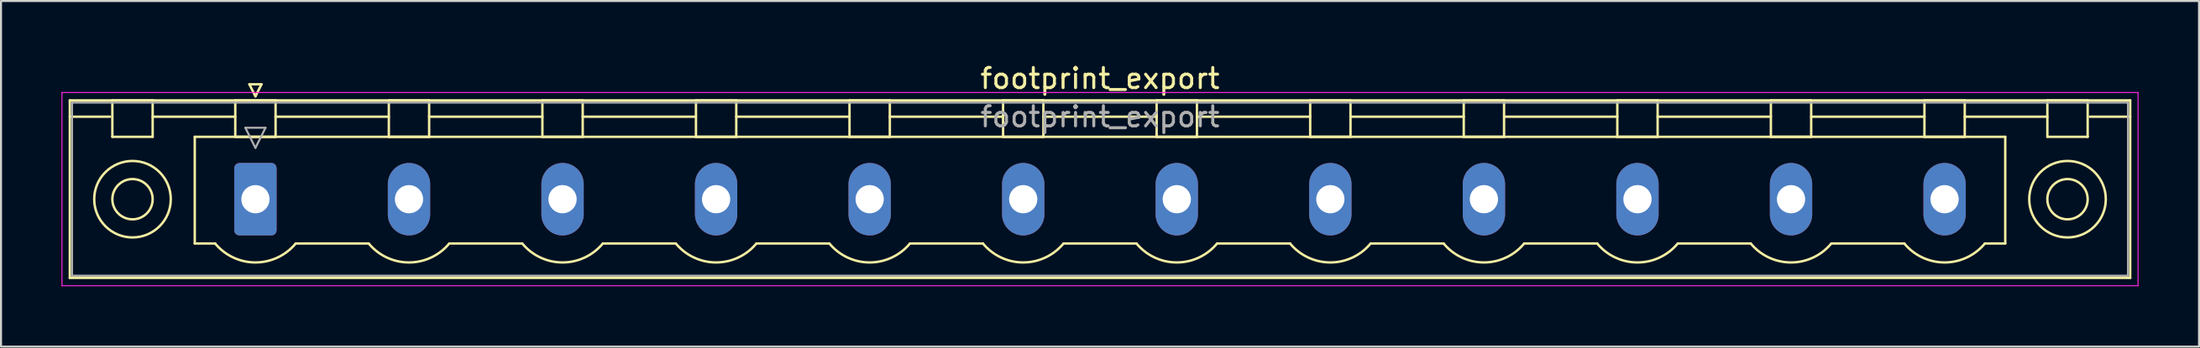
<source format=kicad_pcb>
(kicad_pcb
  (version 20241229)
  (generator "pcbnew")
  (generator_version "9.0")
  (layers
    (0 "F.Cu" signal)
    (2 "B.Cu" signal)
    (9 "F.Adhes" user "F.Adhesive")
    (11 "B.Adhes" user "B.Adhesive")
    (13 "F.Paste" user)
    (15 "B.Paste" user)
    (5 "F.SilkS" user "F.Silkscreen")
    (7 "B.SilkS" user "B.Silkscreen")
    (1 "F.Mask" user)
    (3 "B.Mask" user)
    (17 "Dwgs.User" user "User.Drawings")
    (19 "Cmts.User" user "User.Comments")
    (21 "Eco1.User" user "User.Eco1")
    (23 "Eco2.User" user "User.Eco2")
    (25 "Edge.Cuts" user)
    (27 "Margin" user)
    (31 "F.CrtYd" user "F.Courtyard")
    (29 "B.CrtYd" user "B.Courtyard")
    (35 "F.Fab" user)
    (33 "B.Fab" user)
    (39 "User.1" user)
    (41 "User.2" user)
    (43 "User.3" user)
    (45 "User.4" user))
  (footprint "footprint_export"
    (layer "F.Cu")
    (at 9.625 6.848)
    (property "Reference" "footprint_export" (at 41.91 -6 0) (layer "F.SilkS") (effects (font (size 1 1) (thickness 0.15))))
    (attr through_hole)
    (fp_line (start -9.21 -4.91) (end -9.21 3.91) (stroke (width 0.12) (type solid)) (layer "F.SilkS"))
    (fp_line (start -9.21 -4.1) (end -7.21 -4.1) (stroke (width 0.12) (type solid)) (layer "F.SilkS"))
    (fp_line (start -9.21 3.91) (end 93.03 3.91) (stroke (width 0.12) (type solid)) (layer "F.SilkS"))
    (fp_line (start -7.1 -4.91) (end -5.1 -4.91) (stroke (width 0.12) (type solid)) (layer "F.SilkS"))
    (fp_line (start -7.1 -3.1) (end -7.1 -4.91) (stroke (width 0.12) (type solid)) (layer "F.SilkS"))
    (fp_line (start -5.1 -4.91) (end -5.1 -3.1) (stroke (width 0.12) (type solid)) (layer "F.SilkS"))
    (fp_line (start -5.1 -4.1) (end -1 -4.1) (stroke (width 0.12) (type solid)) (layer "F.SilkS"))
    (fp_line (start -5.1 -3.1) (end -7.1 -3.1) (stroke (width 0.12) (type solid)) (layer "F.SilkS"))
    (fp_line (start -3.01 -3.1) (end 86.83 -3.1) (stroke (width 0.12) (type solid)) (layer "F.SilkS"))
    (fp_line (start -3.01 2.2) (end -3.01 -3.1) (stroke (width 0.12) (type solid)) (layer "F.SilkS"))
    (fp_line (start -2 2.2) (end -3.01 2.2) (stroke (width 0.12) (type solid)) (layer "F.SilkS"))
    (fp_line (start -1 -4.91) (end 1 -4.91) (stroke (width 0.12) (type solid)) (layer "F.SilkS"))
    (fp_line (start -1 -3.1) (end -1 -4.91) (stroke (width 0.12) (type solid)) (layer "F.SilkS"))
    (fp_line (start -0.3 -5.71) (end 0.3 -5.71) (stroke (width 0.12) (type solid)) (layer "F.SilkS"))
    (fp_line (start 0 -5.11) (end -0.3 -5.71) (stroke (width 0.12) (type solid)) (layer "F.SilkS"))
    (fp_line (start 0.3 -5.71) (end 0 -5.11) (stroke (width 0.12) (type solid)) (layer "F.SilkS"))
    (fp_line (start 1 -4.91) (end 1 -3.1) (stroke (width 0.12) (type solid)) (layer "F.SilkS"))
    (fp_line (start 1 -4.1) (end 6.62 -4.1) (stroke (width 0.12) (type solid)) (layer "F.SilkS"))
    (fp_line (start 1 -3.1) (end -1 -3.1) (stroke (width 0.12) (type solid)) (layer "F.SilkS"))
    (fp_line (start 2 2.2) (end 5.62 2.2) (stroke (width 0.12) (type solid)) (layer "F.SilkS"))
    (fp_line (start 6.62 -4.91) (end 8.62 -4.91) (stroke (width 0.12) (type solid)) (layer "F.SilkS"))
    (fp_line (start 6.62 -3.1) (end 6.62 -4.91) (stroke (width 0.12) (type solid)) (layer "F.SilkS"))
    (fp_line (start 8.62 -4.91) (end 8.62 -3.1) (stroke (width 0.12) (type solid)) (layer "F.SilkS"))
    (fp_line (start 8.62 -4.1) (end 14.24 -4.1) (stroke (width 0.12) (type solid)) (layer "F.SilkS"))
    (fp_line (start 8.62 -3.1) (end 6.62 -3.1) (stroke (width 0.12) (type solid)) (layer "F.SilkS"))
    (fp_line (start 9.62 2.2) (end 13.24 2.2) (stroke (width 0.12) (type solid)) (layer "F.SilkS"))
    (fp_line (start 14.24 -4.91) (end 16.24 -4.91) (stroke (width 0.12) (type solid)) (layer "F.SilkS"))
    (fp_line (start 14.24 -3.1) (end 14.24 -4.91) (stroke (width 0.12) (type solid)) (layer "F.SilkS"))
    (fp_line (start 16.24 -4.91) (end 16.24 -3.1) (stroke (width 0.12) (type solid)) (layer "F.SilkS"))
    (fp_line (start 16.24 -4.1) (end 21.86 -4.1) (stroke (width 0.12) (type solid)) (layer "F.SilkS"))
    (fp_line (start 16.24 -3.1) (end 14.24 -3.1) (stroke (width 0.12) (type solid)) (layer "F.SilkS"))
    (fp_line (start 17.24 2.2) (end 20.86 2.2) (stroke (width 0.12) (type solid)) (layer "F.SilkS"))
    (fp_line (start 21.86 -4.91) (end 23.86 -4.91) (stroke (width 0.12) (type solid)) (layer "F.SilkS"))
    (fp_line (start 21.86 -3.1) (end 21.86 -4.91) (stroke (width 0.12) (type solid)) (layer "F.SilkS"))
    (fp_line (start 23.86 -4.91) (end 23.86 -3.1) (stroke (width 0.12) (type solid)) (layer "F.SilkS"))
    (fp_line (start 23.86 -4.1) (end 29.48 -4.1) (stroke (width 0.12) (type solid)) (layer "F.SilkS"))
    (fp_line (start 23.86 -3.1) (end 21.86 -3.1) (stroke (width 0.12) (type solid)) (layer "F.SilkS"))
    (fp_line (start 24.86 2.2) (end 28.48 2.2) (stroke (width 0.12) (type solid)) (layer "F.SilkS"))
    (fp_line (start 29.48 -4.91) (end 31.48 -4.91) (stroke (width 0.12) (type solid)) (layer "F.SilkS"))
    (fp_line (start 29.48 -3.1) (end 29.48 -4.91) (stroke (width 0.12) (type solid)) (layer "F.SilkS"))
    (fp_line (start 31.48 -4.91) (end 31.48 -3.1) (stroke (width 0.12) (type solid)) (layer "F.SilkS"))
    (fp_line (start 31.48 -4.1) (end 37.1 -4.1) (stroke (width 0.12) (type solid)) (layer "F.SilkS"))
    (fp_line (start 31.48 -3.1) (end 29.48 -3.1) (stroke (width 0.12) (type solid)) (layer "F.SilkS"))
    (fp_line (start 32.48 2.2) (end 36.1 2.2) (stroke (width 0.12) (type solid)) (layer "F.SilkS"))
    (fp_line (start 37.1 -4.91) (end 39.1 -4.91) (stroke (width 0.12) (type solid)) (layer "F.SilkS"))
    (fp_line (start 37.1 -3.1) (end 37.1 -4.91) (stroke (width 0.12) (type solid)) (layer "F.SilkS"))
    (fp_line (start 39.1 -4.91) (end 39.1 -3.1) (stroke (width 0.12) (type solid)) (layer "F.SilkS"))
    (fp_line (start 39.1 -4.1) (end 44.72 -4.1) (stroke (width 0.12) (type solid)) (layer "F.SilkS"))
    (fp_line (start 39.1 -3.1) (end 37.1 -3.1) (stroke (width 0.12) (type solid)) (layer "F.SilkS"))
    (fp_line (start 40.1 2.2) (end 43.72 2.2) (stroke (width 0.12) (type solid)) (layer "F.SilkS"))
    (fp_line (start 44.72 -4.91) (end 46.72 -4.91) (stroke (width 0.12) (type solid)) (layer "F.SilkS"))
    (fp_line (start 44.72 -3.1) (end 44.72 -4.91) (stroke (width 0.12) (type solid)) (layer "F.SilkS"))
    (fp_line (start 46.72 -4.91) (end 46.72 -3.1) (stroke (width 0.12) (type solid)) (layer "F.SilkS"))
    (fp_line (start 46.72 -4.1) (end 52.34 -4.1) (stroke (width 0.12) (type solid)) (layer "F.SilkS"))
    (fp_line (start 46.72 -3.1) (end 44.72 -3.1) (stroke (width 0.12) (type solid)) (layer "F.SilkS"))
    (fp_line (start 47.72 2.2) (end 51.34 2.2) (stroke (width 0.12) (type solid)) (layer "F.SilkS"))
    (fp_line (start 52.34 -4.91) (end 54.34 -4.91) (stroke (width 0.12) (type solid)) (layer "F.SilkS"))
    (fp_line (start 52.34 -3.1) (end 52.34 -4.91) (stroke (width 0.12) (type solid)) (layer "F.SilkS"))
    (fp_line (start 54.34 -4.91) (end 54.34 -3.1) (stroke (width 0.12) (type solid)) (layer "F.SilkS"))
    (fp_line (start 54.34 -4.1) (end 59.96 -4.1) (stroke (width 0.12) (type solid)) (layer "F.SilkS"))
    (fp_line (start 54.34 -3.1) (end 52.34 -3.1) (stroke (width 0.12) (type solid)) (layer "F.SilkS"))
    (fp_line (start 55.34 2.2) (end 58.96 2.2) (stroke (width 0.12) (type solid)) (layer "F.SilkS"))
    (fp_line (start 59.96 -4.91) (end 61.96 -4.91) (stroke (width 0.12) (type solid)) (layer "F.SilkS"))
    (fp_line (start 59.96 -3.1) (end 59.96 -4.91) (stroke (width 0.12) (type solid)) (layer "F.SilkS"))
    (fp_line (start 61.96 -4.91) (end 61.96 -3.1) (stroke (width 0.12) (type solid)) (layer "F.SilkS"))
    (fp_line (start 61.96 -4.1) (end 67.58 -4.1) (stroke (width 0.12) (type solid)) (layer "F.SilkS"))
    (fp_line (start 61.96 -3.1) (end 59.96 -3.1) (stroke (width 0.12) (type solid)) (layer "F.SilkS"))
    (fp_line (start 62.96 2.2) (end 66.58 2.2) (stroke (width 0.12) (type solid)) (layer "F.SilkS"))
    (fp_line (start 67.58 -4.91) (end 69.58 -4.91) (stroke (width 0.12) (type solid)) (layer "F.SilkS"))
    (fp_line (start 67.58 -3.1) (end 67.58 -4.91) (stroke (width 0.12) (type solid)) (layer "F.SilkS"))
    (fp_line (start 69.58 -4.91) (end 69.58 -3.1) (stroke (width 0.12) (type solid)) (layer "F.SilkS"))
    (fp_line (start 69.58 -4.1) (end 75.2 -4.1) (stroke (width 0.12) (type solid)) (layer "F.SilkS"))
    (fp_line (start 69.58 -3.1) (end 67.58 -3.1) (stroke (width 0.12) (type solid)) (layer "F.SilkS"))
    (fp_line (start 70.58 2.2) (end 74.2 2.2) (stroke (width 0.12) (type solid)) (layer "F.SilkS"))
    (fp_line (start 75.2 -4.91) (end 77.2 -4.91) (stroke (width 0.12) (type solid)) (layer "F.SilkS"))
    (fp_line (start 75.2 -3.1) (end 75.2 -4.91) (stroke (width 0.12) (type solid)) (layer "F.SilkS"))
    (fp_line (start 77.2 -4.91) (end 77.2 -3.1) (stroke (width 0.12) (type solid)) (layer "F.SilkS"))
    (fp_line (start 77.2 -4.1) (end 82.82 -4.1) (stroke (width 0.12) (type solid)) (layer "F.SilkS"))
    (fp_line (start 77.2 -3.1) (end 75.2 -3.1) (stroke (width 0.12) (type solid)) (layer "F.SilkS"))
    (fp_line (start 78.2 2.2) (end 81.82 2.2) (stroke (width 0.12) (type solid)) (layer "F.SilkS"))
    (fp_line (start 82.82 -4.91) (end 84.82 -4.91) (stroke (width 0.12) (type solid)) (layer "F.SilkS"))
    (fp_line (start 82.82 -3.1) (end 82.82 -4.91) (stroke (width 0.12) (type solid)) (layer "F.SilkS"))
    (fp_line (start 84.82 -4.91) (end 84.82 -3.1) (stroke (width 0.12) (type solid)) (layer "F.SilkS"))
    (fp_line (start 84.82 -4.1) (end 88.92 -4.1) (stroke (width 0.12) (type solid)) (layer "F.SilkS"))
    (fp_line (start 84.82 -3.1) (end 82.82 -3.1) (stroke (width 0.12) (type solid)) (layer "F.SilkS"))
    (fp_line (start 86.83 -3.1) (end 86.83 2.2) (stroke (width 0.12) (type solid)) (layer "F.SilkS"))
    (fp_line (start 86.83 2.2) (end 85.82 2.2) (stroke (width 0.12) (type solid)) (layer "F.SilkS"))
    (fp_line (start 88.92 -4.91) (end 90.92 -4.91) (stroke (width 0.12) (type solid)) (layer "F.SilkS"))
    (fp_line (start 88.92 -3.1) (end 88.92 -4.91) (stroke (width 0.12) (type solid)) (layer "F.SilkS"))
    (fp_line (start 90.92 -4.91) (end 90.92 -3.1) (stroke (width 0.12) (type solid)) (layer "F.SilkS"))
    (fp_line (start 90.92 -3.1) (end 88.92 -3.1) (stroke (width 0.12) (type solid)) (layer "F.SilkS"))
    (fp_line (start 93.03 -4.91) (end -9.21 -4.91) (stroke (width 0.12) (type solid)) (layer "F.SilkS"))
    (fp_line (start 93.03 -4.1) (end 91.03 -4.1) (stroke (width 0.12) (type solid)) (layer "F.SilkS"))
    (fp_line (start 93.03 3.91) (end 93.03 -4.91) (stroke (width 0.12) (type solid)) (layer "F.SilkS"))
    (fp_arc (start 1.986842 2.215821) (mid -0.010289 3.142758) (end -2 2.2) (stroke (width 0.12) (type solid)) (layer "F.SilkS"))
    (fp_arc (start 9.606842 2.215821) (mid 7.609711 3.142758) (end 5.62 2.2) (stroke (width 0.12) (type solid)) (layer "F.SilkS"))
    (fp_arc (start 17.226842 2.215821) (mid 15.229711 3.142758) (end 13.24 2.2) (stroke (width 0.12) (type solid)) (layer "F.SilkS"))
    (fp_arc (start 24.846842 2.215821) (mid 22.849711 3.142758) (end 20.86 2.2) (stroke (width 0.12) (type solid)) (layer "F.SilkS"))
    (fp_arc (start 32.466842 2.215821) (mid 30.469711 3.142758) (end 28.48 2.2) (stroke (width 0.12) (type solid)) (layer "F.SilkS"))
    (fp_arc (start 40.086842 2.215821) (mid 38.089711 3.142758) (end 36.1 2.2) (stroke (width 0.12) (type solid)) (layer "F.SilkS"))
    (fp_arc (start 47.706842 2.215821) (mid 45.709711 3.142758) (end 43.72 2.2) (stroke (width 0.12) (type solid)) (layer "F.SilkS"))
    (fp_arc (start 55.326842 2.215821) (mid 53.329711 3.142758) (end 51.34 2.2) (stroke (width 0.12) (type solid)) (layer "F.SilkS"))
    (fp_arc (start 62.946842 2.215821) (mid 60.949711 3.142758) (end 58.96 2.2) (stroke (width 0.12) (type solid)) (layer "F.SilkS"))
    (fp_arc (start 70.566842 2.215821) (mid 68.569711 3.142758) (end 66.58 2.2) (stroke (width 0.12) (type solid)) (layer "F.SilkS"))
    (fp_arc (start 78.186842 2.215821) (mid 76.189711 3.142758) (end 74.2 2.2) (stroke (width 0.12) (type solid)) (layer "F.SilkS"))
    (fp_arc (start 85.806842 2.215821) (mid 83.809711 3.142758) (end 81.82 2.2) (stroke (width 0.12) (type solid)) (layer "F.SilkS"))
    (fp_circle (center -6.1 0) (end -5.1 0) (stroke (width 0.12) (type solid)) (fill no) (layer "F.SilkS"))
    (fp_circle (center -6.1 0) (end -4.2 0) (stroke (width 0.12) (type solid)) (fill no) (layer "F.SilkS"))
    (fp_circle (center 89.92 0) (end 90.92 0) (stroke (width 0.12) (type solid)) (fill no) (layer "F.SilkS"))
    (fp_circle (center 89.92 0) (end 91.82 0) (stroke (width 0.12) (type solid)) (fill no) (layer "F.SilkS"))
    (fp_line (start -9.6 -5.3) (end -9.6 4.3) (stroke (width 0.05) (type solid)) (layer "F.CrtYd"))
    (fp_line (start -9.6 4.3) (end 93.42 4.3) (stroke (width 0.05) (type solid)) (layer "F.CrtYd"))
    (fp_line (start 93.42 -5.3) (end -9.6 -5.3) (stroke (width 0.05) (type solid)) (layer "F.CrtYd"))
    (fp_line (start 93.42 4.3) (end 93.42 -5.3) (stroke (width 0.05) (type solid)) (layer "F.CrtYd"))
    (fp_line (start -9.1 -4.8) (end -9.1 3.8) (stroke (width 0.1) (type solid)) (layer "F.Fab"))
    (fp_line (start -9.1 3.8) (end 92.92 3.8) (stroke (width 0.1) (type solid)) (layer "F.Fab"))
    (fp_line (start -0.5 -3.55) (end 0.5 -3.55) (stroke (width 0.1) (type solid)) (layer "F.Fab"))
    (fp_line (start 0 -2.55) (end -0.5 -3.55) (stroke (width 0.1) (type solid)) (layer "F.Fab"))
    (fp_line (start 0.5 -3.55) (end 0 -2.55) (stroke (width 0.1) (type solid)) (layer "F.Fab"))
    (fp_line (start 92.92 -4.8) (end -9.1 -4.8) (stroke (width 0.1) (type solid)) (layer "F.Fab"))
    (fp_line (start 92.92 3.8) (end 92.92 -4.8) (stroke (width 0.1) (type solid)) (layer "F.Fab"))
    (fp_text user "${REFERENCE}" (at 41.91 -4.1 0) (layer "F.Fab") (effects (font (size 1 1) (thickness 0.15))))
    (pad "1" thru_hole roundrect (at 0 0) (size 2.1 3.6) (drill 1.4) (layers "*.Cu" "*.Mask") (roundrect_rratio 0.119))
    (pad "2" thru_hole oval (at 7.62 0) (size 2.1 3.6) (drill 1.4) (layers "*.Cu" "*.Mask"))
    (pad "3" thru_hole oval (at 15.24 0) (size 2.1 3.6) (drill 1.4) (layers "*.Cu" "*.Mask"))
    (pad "4" thru_hole oval (at 22.86 0) (size 2.1 3.6) (drill 1.4) (layers "*.Cu" "*.Mask"))
    (pad "5" thru_hole oval (at 30.48 0) (size 2.1 3.6) (drill 1.4) (layers "*.Cu" "*.Mask"))
    (pad "6" thru_hole oval (at 38.1 0) (size 2.1 3.6) (drill 1.4) (layers "*.Cu" "*.Mask"))
    (pad "7" thru_hole oval (at 45.72 0) (size 2.1 3.6) (drill 1.4) (layers "*.Cu" "*.Mask"))
    (pad "8" thru_hole oval (at 53.34 0) (size 2.1 3.6) (drill 1.4) (layers "*.Cu" "*.Mask"))
    (pad "9" thru_hole oval (at 60.96 0) (size 2.1 3.6) (drill 1.4) (layers "*.Cu" "*.Mask"))
    (pad "10" thru_hole oval (at 68.58 0) (size 2.1 3.6) (drill 1.4) (layers "*.Cu" "*.Mask"))
    (pad "11" thru_hole oval (at 76.2 0) (size 2.1 3.6) (drill 1.4) (layers "*.Cu" "*.Mask"))
    (pad "12" thru_hole oval (at 83.82 0) (size 2.1 3.6) (drill 1.4) (layers "*.Cu" "*.Mask")))
  (gr_rect
    (start -3 -3)
    (end 106.07 14.173)
    (stroke (width 0.1) (type default))
    (fill no)
    (layer "Edge.Cuts")))
</source>
